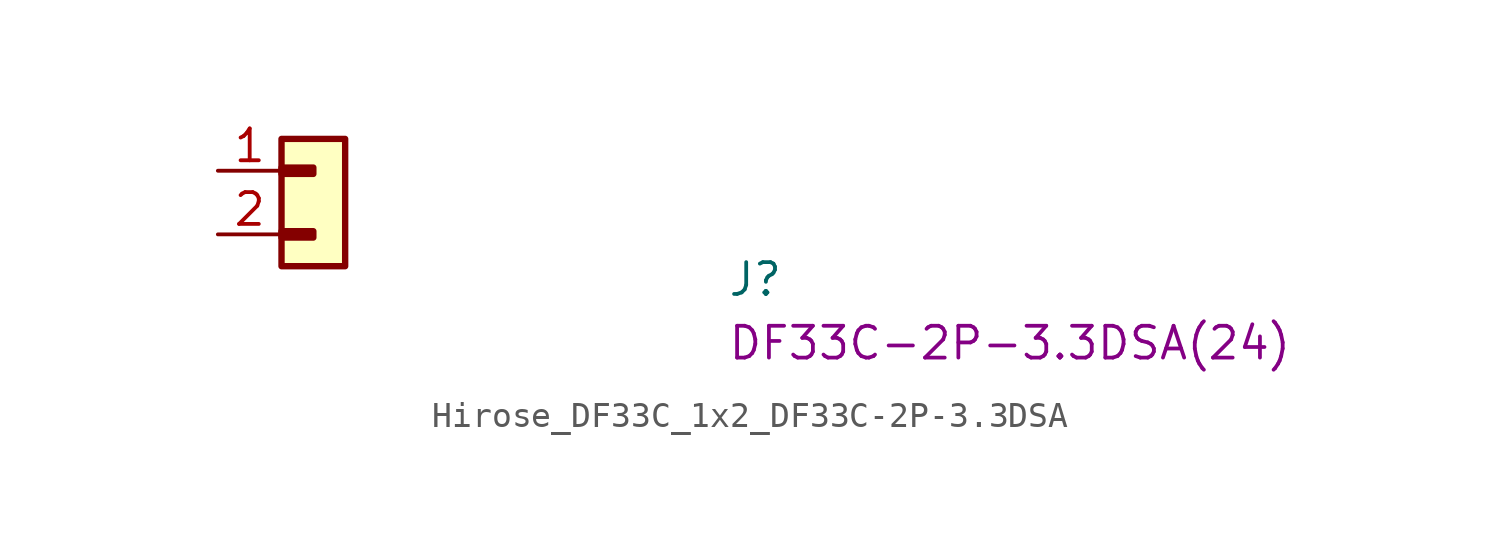
<source format=kicad_sym>
(kicad_symbol_lib
  (version 20220914)
  (generator kicad_symbol_editor)
  (symbol "Hirose_DF33C_1x2_DF33C-2P-3.3DSA"
    (property "Reference" "J"
      (at 20.32 -5.08 0)
      (effects (font (size 1.27 1.27) (thickness 0.15)) (justify left bottom)))
    (property "MPN" "DF33C-2P-3.3DSA(24)"
      (at 20.32 -7.62 0)
      (effects (font (size 1.27 1.27) (thickness 0.15)) (justify left bottom)))
    (symbol "Hirose_DF33C_1x2_DF33C-2P-3.3DSA_1_1"
      (rectangle (start 2.54 -2.413) (end 3.81 -2.667) (stroke (width 0.254) (type default)) (fill (type background)))
      (rectangle (start 2.54 0.127) (end 3.81 -0.127) (stroke (width 0.254) (type default)) (fill (type background)))
      (rectangle (start 2.54 1.27) (end 5.08 -3.81) (stroke (width 0.254) (type default)) (fill (type background)))
      (pin input line (at 0 0 0) (length 2.54) (name "~" (effects (font (size 1.27 1.27)))) (number "1" (effects (font (size 1.27 1.27)))))
      (pin input line (at 0 -2.54 0) (length 2.54) (name "~" (effects (font (size 1.27 1.27)))) (number "2" (effects (font (size 1.27 1.27))))))))
</source>
